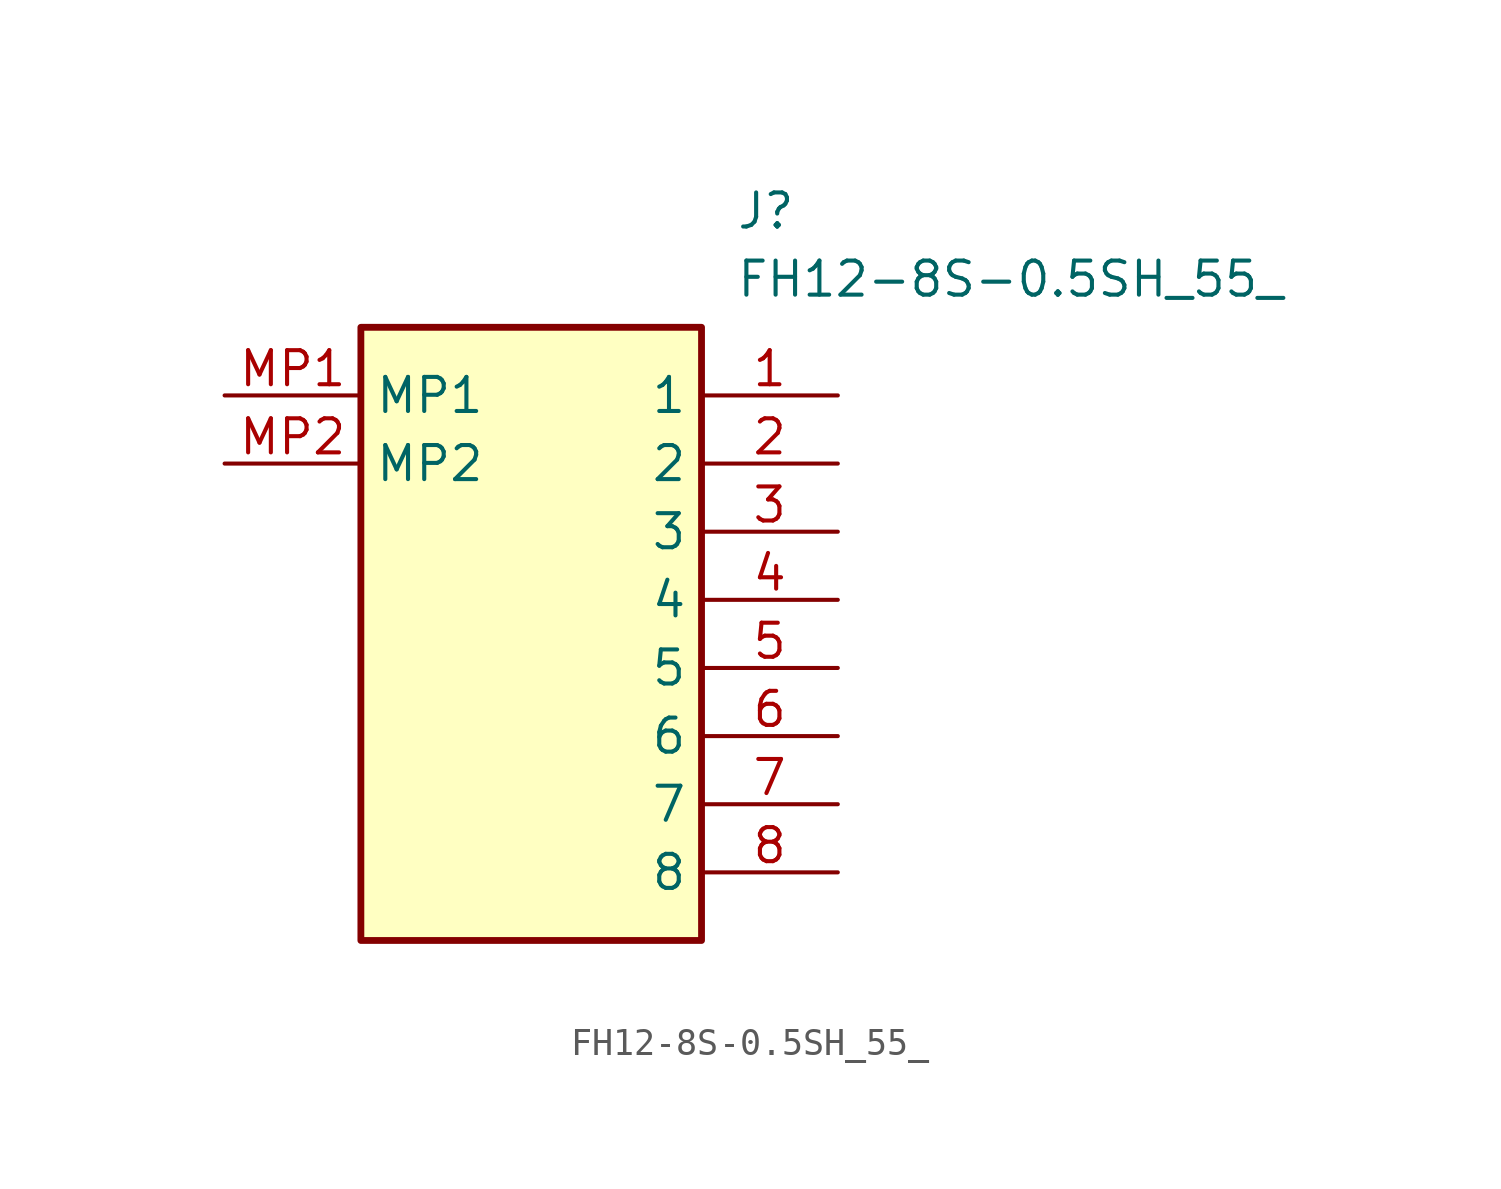
<source format=kicad_sym>
(kicad_symbol_lib
  (version 20211014)
  (generator SamacSys_ECAD_Model)
  (symbol "FH12-8S-0.5SH_55_"
    (property "Reference" "J"
      (at 19.05 7.62 0)
      (effects (font (size 1.27 1.27)) (justify left top)))
    (property "Value" "FH12-8S-0.5SH_55_"
      (at 19.05 5.08 0)
      (effects (font (size 1.27 1.27)) (justify left top)))
    (rectangle
      (start 5.08 2.54)
      (end 17.78 -20.32)
      (stroke (width 0.254) (type default))
      (fill (type background)))
    (pin passive line
      (at 22.86 0 180)
      (length 5.08)
      (name "1" (effects (font (size 1.27 1.27))))
      (number "1" (effects (font (size 1.27 1.27)))))
    (pin passive line
      (at 22.86 -2.54 180)
      (length 5.08)
      (name "2" (effects (font (size 1.27 1.27))))
      (number "2" (effects (font (size 1.27 1.27)))))
    (pin passive line
      (at 22.86 -5.08 180)
      (length 5.08)
      (name "3" (effects (font (size 1.27 1.27))))
      (number "3" (effects (font (size 1.27 1.27)))))
    (pin passive line
      (at 22.86 -7.62 180)
      (length 5.08)
      (name "4" (effects (font (size 1.27 1.27))))
      (number "4" (effects (font (size 1.27 1.27)))))
    (pin passive line
      (at 22.86 -10.16 180)
      (length 5.08)
      (name "5" (effects (font (size 1.27 1.27))))
      (number "5" (effects (font (size 1.27 1.27)))))
    (pin passive line
      (at 22.86 -12.7 180)
      (length 5.08)
      (name "6" (effects (font (size 1.27 1.27))))
      (number "6" (effects (font (size 1.27 1.27)))))
    (pin passive line
      (at 22.86 -15.24 180)
      (length 5.08)
      (name "7" (effects (font (size 1.27 1.27))))
      (number "7" (effects (font (size 1.27 1.27)))))
    (pin passive line
      (at 22.86 -17.78 180)
      (length 5.08)
      (name "8" (effects (font (size 1.27 1.27))))
      (number "8" (effects (font (size 1.27 1.27)))))
    (pin passive line
      (at 0 0 0)
      (length 5.08)
      (name "MP1" (effects (font (size 1.27 1.27))))
      (number "MP1" (effects (font (size 1.27 1.27)))))
    (pin passive line
      (at 0 -2.54 0)
      (length 5.08)
      (name "MP2" (effects (font (size 1.27 1.27))))
      (number "MP2" (effects (font (size 1.27 1.27)))))))
</source>
